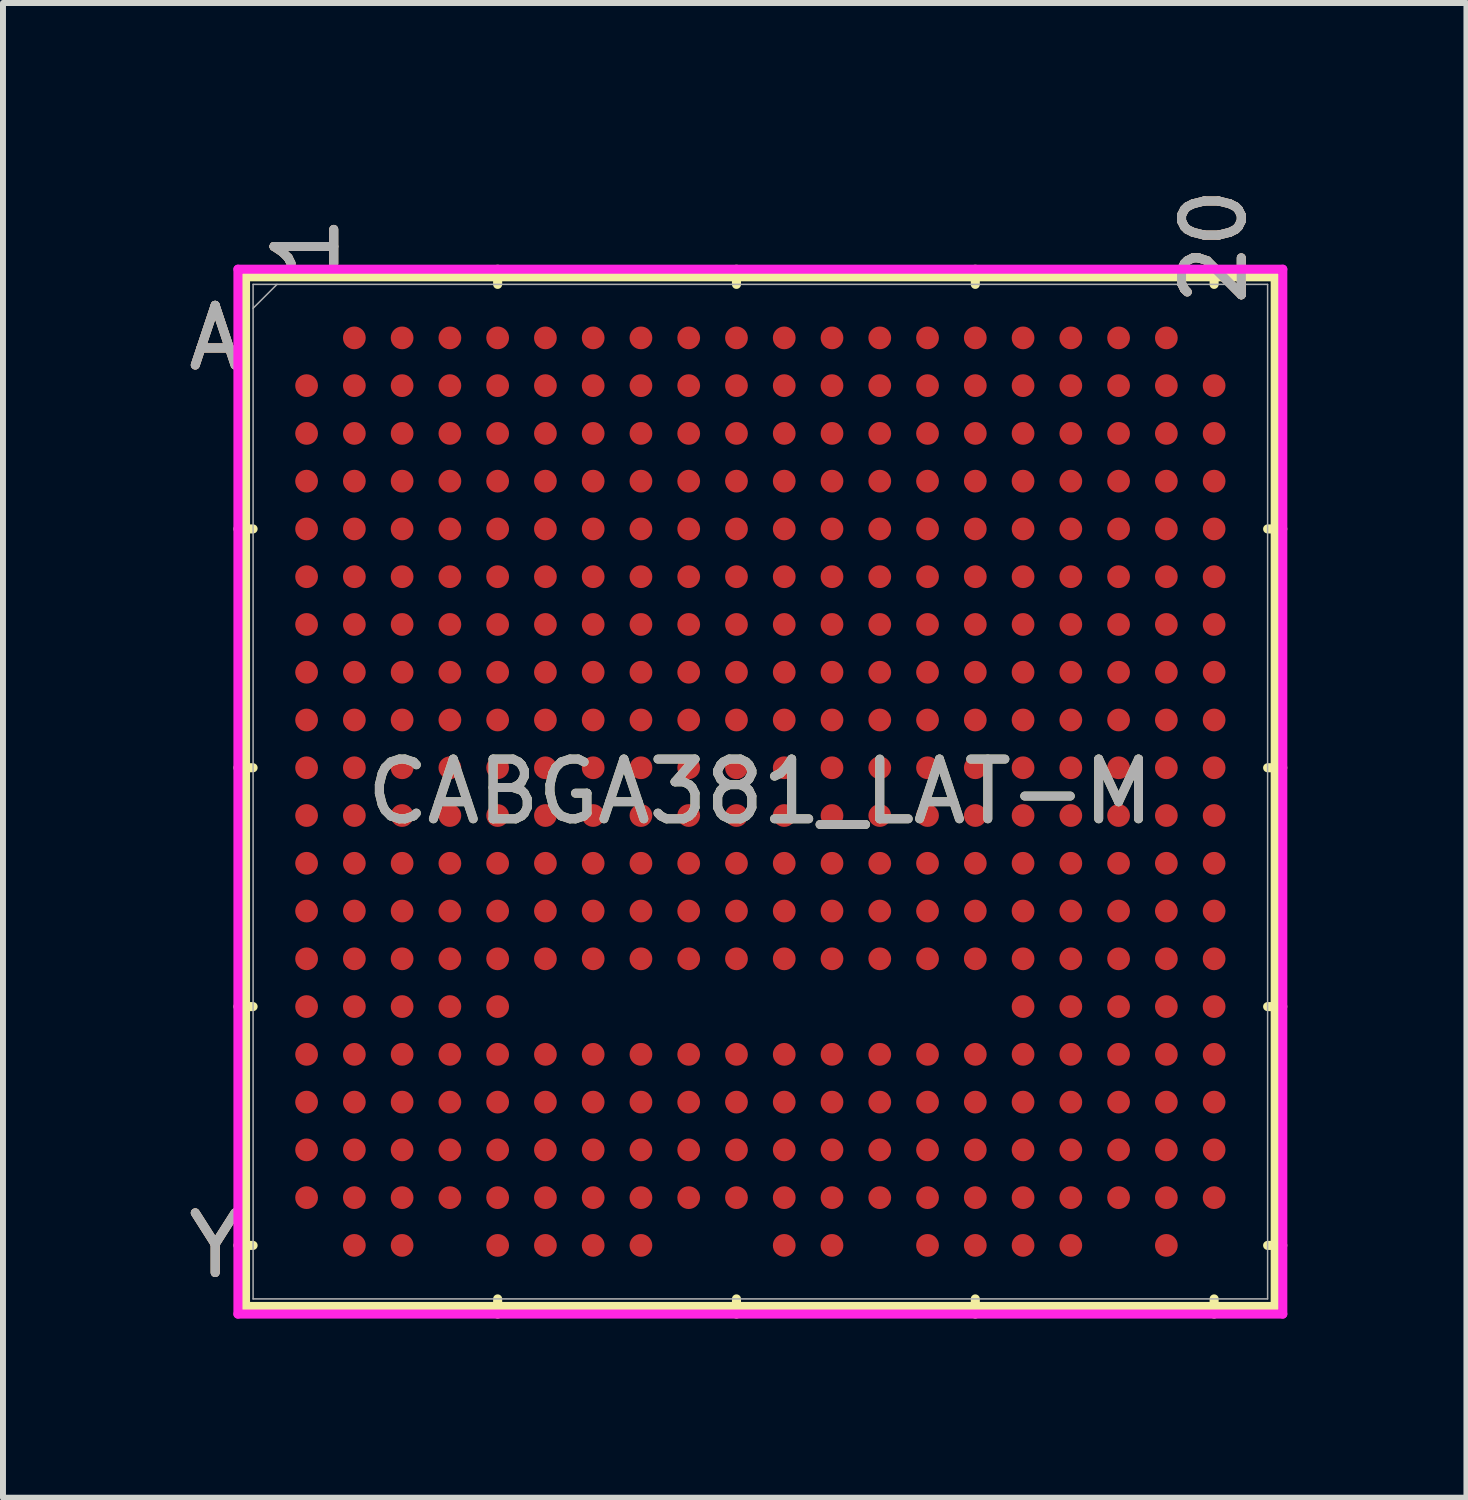
<source format=kicad_pcb>
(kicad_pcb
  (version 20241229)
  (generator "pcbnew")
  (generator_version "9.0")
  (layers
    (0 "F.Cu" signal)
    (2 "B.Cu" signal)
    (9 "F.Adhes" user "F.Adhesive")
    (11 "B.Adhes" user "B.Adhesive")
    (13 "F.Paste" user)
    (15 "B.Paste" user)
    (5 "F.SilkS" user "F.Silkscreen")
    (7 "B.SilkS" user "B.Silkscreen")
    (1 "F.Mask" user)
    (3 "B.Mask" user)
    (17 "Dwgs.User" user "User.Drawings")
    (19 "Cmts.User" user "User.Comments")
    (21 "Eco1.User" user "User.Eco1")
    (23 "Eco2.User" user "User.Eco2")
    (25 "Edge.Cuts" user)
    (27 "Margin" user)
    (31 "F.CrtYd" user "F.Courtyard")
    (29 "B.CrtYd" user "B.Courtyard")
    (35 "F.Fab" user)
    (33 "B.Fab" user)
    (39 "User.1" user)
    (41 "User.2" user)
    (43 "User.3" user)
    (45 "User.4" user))
  (footprint "CABGA381_LAT-M"
    (layer "F.Cu")
    (at 9.685 10.209)
    (property "Reference" "CABGA381_LAT-M" (at 0 0 0) (unlocked yes) (layer "F.SilkS") (effects (font (size 1 1) (thickness 0.15))))
    (attr smd)
    (fp_line (start -8.623 -8.623) (end -8.623 8.623) (stroke (width 0.152) (type solid)) (layer "F.SilkS"))
    (fp_line (start -8.623 8.623) (end 8.623 8.623) (stroke (width 0.152) (type solid)) (layer "F.SilkS"))
    (fp_line (start -8.496 -4.4) (end -8.75 -4.4) (stroke (width 0.152) (type solid)) (layer "F.SilkS"))
    (fp_line (start -8.496 -0.4) (end -8.75 -0.4) (stroke (width 0.152) (type solid)) (layer "F.SilkS"))
    (fp_line (start -8.496 3.6) (end -8.75 3.6) (stroke (width 0.152) (type solid)) (layer "F.SilkS"))
    (fp_line (start -8.496 7.6) (end -8.75 7.6) (stroke (width 0.152) (type solid)) (layer "F.SilkS"))
    (fp_line (start -4.4 -8.496) (end -4.4 -8.75) (stroke (width 0.152) (type solid)) (layer "F.SilkS"))
    (fp_line (start -4.4 8.496) (end -4.4 8.75) (stroke (width 0.152) (type solid)) (layer "F.SilkS"))
    (fp_line (start -0.4 -8.496) (end -0.4 -8.75) (stroke (width 0.152) (type solid)) (layer "F.SilkS"))
    (fp_line (start -0.4 8.496) (end -0.4 8.75) (stroke (width 0.152) (type solid)) (layer "F.SilkS"))
    (fp_line (start 3.6 -8.496) (end 3.6 -8.75) (stroke (width 0.152) (type solid)) (layer "F.SilkS"))
    (fp_line (start 3.6 8.496) (end 3.6 8.75) (stroke (width 0.152) (type solid)) (layer "F.SilkS"))
    (fp_line (start 7.6 -8.496) (end 7.6 -8.75) (stroke (width 0.152) (type solid)) (layer "F.SilkS"))
    (fp_line (start 7.6 8.496) (end 7.6 8.75) (stroke (width 0.152) (type solid)) (layer "F.SilkS"))
    (fp_line (start 8.496 -4.4) (end 8.75 -4.4) (stroke (width 0.152) (type solid)) (layer "F.SilkS"))
    (fp_line (start 8.496 -0.4) (end 8.75 -0.4) (stroke (width 0.152) (type solid)) (layer "F.SilkS"))
    (fp_line (start 8.496 3.6) (end 8.75 3.6) (stroke (width 0.152) (type solid)) (layer "F.SilkS"))
    (fp_line (start 8.496 7.6) (end 8.75 7.6) (stroke (width 0.152) (type solid)) (layer "F.SilkS"))
    (fp_line (start 8.623 -8.623) (end -8.623 -8.623) (stroke (width 0.152) (type solid)) (layer "F.SilkS"))
    (fp_line (start 8.623 8.623) (end 8.623 -8.623) (stroke (width 0.152) (type solid)) (layer "F.SilkS"))
    (fp_poly (pts (xy -8.444 -8.444) (xy 8.444 -8.444) (xy 8.444 8.444) (xy -8.444 8.444)) (stroke (width 0.1) (type solid)) (fill no) (layer "Eco2.User"))
    (fp_line (start -8.75 -8.75) (end 8.75 -8.75) (stroke (width 0.152) (type solid)) (layer "F.CrtYd"))
    (fp_line (start -8.75 8.75) (end -8.75 -8.75) (stroke (width 0.152) (type solid)) (layer "F.CrtYd"))
    (fp_line (start 8.75 -8.75) (end 8.75 8.75) (stroke (width 0.152) (type solid)) (layer "F.CrtYd"))
    (fp_line (start 8.75 8.75) (end -8.75 8.75) (stroke (width 0.152) (type solid)) (layer "F.CrtYd"))
    (fp_line (start -8.496 -8.496) (end -8.496 8.496) (stroke (width 0.025) (type solid)) (layer "F.Fab"))
    (fp_line (start -8.496 8.496) (end 8.496 8.496) (stroke (width 0.025) (type solid)) (layer "F.Fab"))
    (fp_line (start -8.096 -8.496) (end -8.496 -8.096) (stroke (width 0.025) (type solid)) (layer "F.Fab"))
    (fp_line (start 8.496 -8.496) (end -8.496 -8.496) (stroke (width 0.025) (type solid)) (layer "F.Fab"))
    (fp_line (start 8.496 8.496) (end 8.496 -8.496) (stroke (width 0.025) (type solid)) (layer "F.Fab"))
    (fp_text user "A" (at -9.131 -7.6 0) (unlocked yes) (layer "F.SilkS") (effects (font (size 1 1) (thickness 0.15))))
    (fp_text user "Y" (at -9.131 7.6 0) (unlocked yes) (layer "F.SilkS") (effects (font (size 1 1) (thickness 0.15))))
    (fp_text user "20" (at 7.6 -9.131 90) (unlocked yes) (layer "F.SilkS") (effects (font (size 1 1) (thickness 0.15))))
    (fp_text user "1" (at -7.6 -9.131 90) (unlocked yes) (layer "F.SilkS") (effects (font (size 1 1) (thickness 0.15))))
    (fp_text user "1" (at -7.6 -9.131 90) (unlocked yes) (layer "B.SilkS") (effects (font (size 1 1) (thickness 0.15))))
    (fp_text user "Y" (at -9.131 7.6 0) (unlocked yes) (layer "B.SilkS") (effects (font (size 1 1) (thickness 0.15))))
    (fp_text user "A" (at -9.131 -7.6 0) (unlocked yes) (layer "B.SilkS") (effects (font (size 1 1) (thickness 0.15))))
    (fp_text user "20" (at 7.6 -9.131 90) (unlocked yes) (layer "B.SilkS") (effects (font (size 1 1) (thickness 0.15))))
    (fp_text user "20" (at 7.6 -9.131 90) (unlocked yes) (layer "F.Fab") (effects (font (size 1 1) (thickness 0.15))))
    (fp_text user "1" (at -7.6 -9.131 90) (unlocked yes) (layer "F.Fab") (effects (font (size 1 1) (thickness 0.15))))
    (fp_text user "Y" (at -9.131 7.6 0) (unlocked yes) (layer "F.Fab") (effects (font (size 1 1) (thickness 0.15))))
    (fp_text user "${REFERENCE}" (at 0 0 0) (unlocked yes) (layer "F.Fab") (effects (font (size 1 1) (thickness 0.15))))
    (fp_text user "A" (at -9.131 -7.6 0) (unlocked yes) (layer "F.Fab") (effects (font (size 1 1) (thickness 0.15))))
    (pad "A2" smd circle (at -6.8 -7.6) (size 0.381 0.381) (layers "F.Cu" "F.Mask" "F.Paste"))
    (pad "A3" smd circle (at -6 -7.6) (size 0.381 0.381) (layers "F.Cu" "F.Mask" "F.Paste"))
    (pad "A4" smd circle (at -5.2 -7.6) (size 0.381 0.381) (layers "F.Cu" "F.Mask" "F.Paste"))
    (pad "A5" smd circle (at -4.4 -7.6) (size 0.381 0.381) (layers "F.Cu" "F.Mask" "F.Paste"))
    (pad "A6" smd circle (at -3.6 -7.6) (size 0.381 0.381) (layers "F.Cu" "F.Mask" "F.Paste"))
    (pad "A7" smd circle (at -2.8 -7.6) (size 0.381 0.381) (layers "F.Cu" "F.Mask" "F.Paste"))
    (pad "A8" smd circle (at -2 -7.6) (size 0.381 0.381) (layers "F.Cu" "F.Mask" "F.Paste"))
    (pad "A9" smd circle (at -1.2 -7.6) (size 0.381 0.381) (layers "F.Cu" "F.Mask" "F.Paste"))
    (pad "A10" smd circle (at -0.4 -7.6) (size 0.381 0.381) (layers "F.Cu" "F.Mask" "F.Paste"))
    (pad "A11" smd circle (at 0.4 -7.6) (size 0.381 0.381) (layers "F.Cu" "F.Mask" "F.Paste"))
    (pad "A12" smd circle (at 1.2 -7.6) (size 0.381 0.381) (layers "F.Cu" "F.Mask" "F.Paste"))
    (pad "A13" smd circle (at 2 -7.6) (size 0.381 0.381) (layers "F.Cu" "F.Mask" "F.Paste"))
    (pad "A14" smd circle (at 2.8 -7.6) (size 0.381 0.381) (layers "F.Cu" "F.Mask" "F.Paste"))
    (pad "A15" smd circle (at 3.6 -7.6) (size 0.381 0.381) (layers "F.Cu" "F.Mask" "F.Paste"))
    (pad "A16" smd circle (at 4.4 -7.6) (size 0.381 0.381) (layers "F.Cu" "F.Mask" "F.Paste"))
    (pad "A17" smd circle (at 5.2 -7.6) (size 0.381 0.381) (layers "F.Cu" "F.Mask" "F.Paste"))
    (pad "A18" smd circle (at 6 -7.6) (size 0.381 0.381) (layers "F.Cu" "F.Mask" "F.Paste"))
    (pad "A19" smd circle (at 6.8 -7.6) (size 0.381 0.381) (layers "F.Cu" "F.Mask" "F.Paste"))
    (pad "B1" smd circle (at -7.6 -6.8) (size 0.381 0.381) (layers "F.Cu" "F.Mask" "F.Paste"))
    (pad "B2" smd circle (at -6.8 -6.8) (size 0.381 0.381) (layers "F.Cu" "F.Mask" "F.Paste"))
    (pad "B3" smd circle (at -6 -6.8) (size 0.381 0.381) (layers "F.Cu" "F.Mask" "F.Paste"))
    (pad "B4" smd circle (at -5.2 -6.8) (size 0.381 0.381) (layers "F.Cu" "F.Mask" "F.Paste"))
    (pad "B5" smd circle (at -4.4 -6.8) (size 0.381 0.381) (layers "F.Cu" "F.Mask" "F.Paste"))
    (pad "B6" smd circle (at -3.6 -6.8) (size 0.381 0.381) (layers "F.Cu" "F.Mask" "F.Paste"))
    (pad "B7" smd circle (at -2.8 -6.8) (size 0.381 0.381) (layers "F.Cu" "F.Mask" "F.Paste"))
    (pad "B8" smd circle (at -2 -6.8) (size 0.381 0.381) (layers "F.Cu" "F.Mask" "F.Paste"))
    (pad "B9" smd circle (at -1.2 -6.8) (size 0.381 0.381) (layers "F.Cu" "F.Mask" "F.Paste"))
    (pad "B10" smd circle (at -0.4 -6.8) (size 0.381 0.381) (layers "F.Cu" "F.Mask" "F.Paste"))
    (pad "B11" smd circle (at 0.4 -6.8) (size 0.381 0.381) (layers "F.Cu" "F.Mask" "F.Paste"))
    (pad "B12" smd circle (at 1.2 -6.8) (size 0.381 0.381) (layers "F.Cu" "F.Mask" "F.Paste"))
    (pad "B13" smd circle (at 2 -6.8) (size 0.381 0.381) (layers "F.Cu" "F.Mask" "F.Paste"))
    (pad "B14" smd circle (at 2.8 -6.8) (size 0.381 0.381) (layers "F.Cu" "F.Mask" "F.Paste"))
    (pad "B15" smd circle (at 3.6 -6.8) (size 0.381 0.381) (layers "F.Cu" "F.Mask" "F.Paste"))
    (pad "B16" smd circle (at 4.4 -6.8) (size 0.381 0.381) (layers "F.Cu" "F.Mask" "F.Paste"))
    (pad "B17" smd circle (at 5.2 -6.8) (size 0.381 0.381) (layers "F.Cu" "F.Mask" "F.Paste"))
    (pad "B18" smd circle (at 6 -6.8) (size 0.381 0.381) (layers "F.Cu" "F.Mask" "F.Paste"))
    (pad "B19" smd circle (at 6.8 -6.8) (size 0.381 0.381) (layers "F.Cu" "F.Mask" "F.Paste"))
    (pad "B20" smd circle (at 7.6 -6.8) (size 0.381 0.381) (layers "F.Cu" "F.Mask" "F.Paste"))
    (pad "C1" smd circle (at -7.6 -6) (size 0.381 0.381) (layers "F.Cu" "F.Mask" "F.Paste"))
    (pad "C2" smd circle (at -6.8 -6) (size 0.381 0.381) (layers "F.Cu" "F.Mask" "F.Paste"))
    (pad "C3" smd circle (at -6 -6) (size 0.381 0.381) (layers "F.Cu" "F.Mask" "F.Paste"))
    (pad "C4" smd circle (at -5.2 -6) (size 0.381 0.381) (layers "F.Cu" "F.Mask" "F.Paste"))
    (pad "C5" smd circle (at -4.4 -6) (size 0.381 0.381) (layers "F.Cu" "F.Mask" "F.Paste"))
    (pad "C6" smd circle (at -3.6 -6) (size 0.381 0.381) (layers "F.Cu" "F.Mask" "F.Paste"))
    (pad "C7" smd circle (at -2.8 -6) (size 0.381 0.381) (layers "F.Cu" "F.Mask" "F.Paste"))
    (pad "C8" smd circle (at -2 -6) (size 0.381 0.381) (layers "F.Cu" "F.Mask" "F.Paste"))
    (pad "C9" smd circle (at -1.2 -6) (size 0.381 0.381) (layers "F.Cu" "F.Mask" "F.Paste"))
    (pad "C10" smd circle (at -0.4 -6) (size 0.381 0.381) (layers "F.Cu" "F.Mask" "F.Paste"))
    (pad "C11" smd circle (at 0.4 -6) (size 0.381 0.381) (layers "F.Cu" "F.Mask" "F.Paste"))
    (pad "C12" smd circle (at 1.2 -6) (size 0.381 0.381) (layers "F.Cu" "F.Mask" "F.Paste"))
    (pad "C13" smd circle (at 2 -6) (size 0.381 0.381) (layers "F.Cu" "F.Mask" "F.Paste"))
    (pad "C14" smd circle (at 2.8 -6) (size 0.381 0.381) (layers "F.Cu" "F.Mask" "F.Paste"))
    (pad "C15" smd circle (at 3.6 -6) (size 0.381 0.381) (layers "F.Cu" "F.Mask" "F.Paste"))
    (pad "C16" smd circle (at 4.4 -6) (size 0.381 0.381) (layers "F.Cu" "F.Mask" "F.Paste"))
    (pad "C17" smd circle (at 5.2 -6) (size 0.381 0.381) (layers "F.Cu" "F.Mask" "F.Paste"))
    (pad "C18" smd circle (at 6 -6) (size 0.381 0.381) (layers "F.Cu" "F.Mask" "F.Paste"))
    (pad "C19" smd circle (at 6.8 -6) (size 0.381 0.381) (layers "F.Cu" "F.Mask" "F.Paste"))
    (pad "C20" smd circle (at 7.6 -6) (size 0.381 0.381) (layers "F.Cu" "F.Mask" "F.Paste"))
    (pad "D1" smd circle (at -7.6 -5.2) (size 0.381 0.381) (layers "F.Cu" "F.Mask" "F.Paste"))
    (pad "D2" smd circle (at -6.8 -5.2) (size 0.381 0.381) (layers "F.Cu" "F.Mask" "F.Paste"))
    (pad "D3" smd circle (at -6 -5.2) (size 0.381 0.381) (layers "F.Cu" "F.Mask" "F.Paste"))
    (pad "D4" smd circle (at -5.2 -5.2) (size 0.381 0.381) (layers "F.Cu" "F.Mask" "F.Paste"))
    (pad "D5" smd circle (at -4.4 -5.2) (size 0.381 0.381) (layers "F.Cu" "F.Mask" "F.Paste"))
    (pad "D6" smd circle (at -3.6 -5.2) (size 0.381 0.381) (layers "F.Cu" "F.Mask" "F.Paste"))
    (pad "D7" smd circle (at -2.8 -5.2) (size 0.381 0.381) (layers "F.Cu" "F.Mask" "F.Paste"))
    (pad "D8" smd circle (at -2 -5.2) (size 0.381 0.381) (layers "F.Cu" "F.Mask" "F.Paste"))
    (pad "D9" smd circle (at -1.2 -5.2) (size 0.381 0.381) (layers "F.Cu" "F.Mask" "F.Paste"))
    (pad "D10" smd circle (at -0.4 -5.2) (size 0.381 0.381) (layers "F.Cu" "F.Mask" "F.Paste"))
    (pad "D11" smd circle (at 0.4 -5.2) (size 0.381 0.381) (layers "F.Cu" "F.Mask" "F.Paste"))
    (pad "D12" smd circle (at 1.2 -5.2) (size 0.381 0.381) (layers "F.Cu" "F.Mask" "F.Paste"))
    (pad "D13" smd circle (at 2 -5.2) (size 0.381 0.381) (layers "F.Cu" "F.Mask" "F.Paste"))
    (pad "D14" smd circle (at 2.8 -5.2) (size 0.381 0.381) (layers "F.Cu" "F.Mask" "F.Paste"))
    (pad "D15" smd circle (at 3.6 -5.2) (size 0.381 0.381) (layers "F.Cu" "F.Mask" "F.Paste"))
    (pad "D16" smd circle (at 4.4 -5.2) (size 0.381 0.381) (layers "F.Cu" "F.Mask" "F.Paste"))
    (pad "D17" smd circle (at 5.2 -5.2) (size 0.381 0.381) (layers "F.Cu" "F.Mask" "F.Paste"))
    (pad "D18" smd circle (at 6 -5.2) (size 0.381 0.381) (layers "F.Cu" "F.Mask" "F.Paste"))
    (pad "D19" smd circle (at 6.8 -5.2) (size 0.381 0.381) (layers "F.Cu" "F.Mask" "F.Paste"))
    (pad "D20" smd circle (at 7.6 -5.2) (size 0.381 0.381) (layers "F.Cu" "F.Mask" "F.Paste"))
    (pad "E1" smd circle (at -7.6 -4.4) (size 0.381 0.381) (layers "F.Cu" "F.Mask" "F.Paste"))
    (pad "E2" smd circle (at -6.8 -4.4) (size 0.381 0.381) (layers "F.Cu" "F.Mask" "F.Paste"))
    (pad "E3" smd circle (at -6 -4.4) (size 0.381 0.381) (layers "F.Cu" "F.Mask" "F.Paste"))
    (pad "E4" smd circle (at -5.2 -4.4) (size 0.381 0.381) (layers "F.Cu" "F.Mask" "F.Paste"))
    (pad "E5" smd circle (at -4.4 -4.4) (size 0.381 0.381) (layers "F.Cu" "F.Mask" "F.Paste"))
    (pad "E6" smd circle (at -3.6 -4.4) (size 0.381 0.381) (layers "F.Cu" "F.Mask" "F.Paste"))
    (pad "E7" smd circle (at -2.8 -4.4) (size 0.381 0.381) (layers "F.Cu" "F.Mask" "F.Paste"))
    (pad "E8" smd circle (at -2 -4.4) (size 0.381 0.381) (layers "F.Cu" "F.Mask" "F.Paste"))
    (pad "E9" smd circle (at -1.2 -4.4) (size 0.381 0.381) (layers "F.Cu" "F.Mask" "F.Paste"))
    (pad "E10" smd circle (at -0.4 -4.4) (size 0.381 0.381) (layers "F.Cu" "F.Mask" "F.Paste"))
    (pad "E11" smd circle (at 0.4 -4.4) (size 0.381 0.381) (layers "F.Cu" "F.Mask" "F.Paste"))
    (pad "E12" smd circle (at 1.2 -4.4) (size 0.381 0.381) (layers "F.Cu" "F.Mask" "F.Paste"))
    (pad "E13" smd circle (at 2 -4.4) (size 0.381 0.381) (layers "F.Cu" "F.Mask" "F.Paste"))
    (pad "E14" smd circle (at 2.8 -4.4) (size 0.381 0.381) (layers "F.Cu" "F.Mask" "F.Paste"))
    (pad "E15" smd circle (at 3.6 -4.4) (size 0.381 0.381) (layers "F.Cu" "F.Mask" "F.Paste"))
    (pad "E16" smd circle (at 4.4 -4.4) (size 0.381 0.381) (layers "F.Cu" "F.Mask" "F.Paste"))
    (pad "E17" smd circle (at 5.2 -4.4) (size 0.381 0.381) (layers "F.Cu" "F.Mask" "F.Paste"))
    (pad "E18" smd circle (at 6 -4.4) (size 0.381 0.381) (layers "F.Cu" "F.Mask" "F.Paste"))
    (pad "E19" smd circle (at 6.8 -4.4) (size 0.381 0.381) (layers "F.Cu" "F.Mask" "F.Paste"))
    (pad "E20" smd circle (at 7.6 -4.4) (size 0.381 0.381) (layers "F.Cu" "F.Mask" "F.Paste"))
    (pad "F1" smd circle (at -7.6 -3.6) (size 0.381 0.381) (layers "F.Cu" "F.Mask" "F.Paste"))
    (pad "F2" smd circle (at -6.8 -3.6) (size 0.381 0.381) (layers "F.Cu" "F.Mask" "F.Paste"))
    (pad "F3" smd circle (at -6 -3.6) (size 0.381 0.381) (layers "F.Cu" "F.Mask" "F.Paste"))
    (pad "F4" smd circle (at -5.2 -3.6) (size 0.381 0.381) (layers "F.Cu" "F.Mask" "F.Paste"))
    (pad "F5" smd circle (at -4.4 -3.6) (size 0.381 0.381) (layers "F.Cu" "F.Mask" "F.Paste"))
    (pad "F6" smd circle (at -3.6 -3.6) (size 0.381 0.381) (layers "F.Cu" "F.Mask" "F.Paste"))
    (pad "F7" smd circle (at -2.8 -3.6) (size 0.381 0.381) (layers "F.Cu" "F.Mask" "F.Paste"))
    (pad "F8" smd circle (at -2 -3.6) (size 0.381 0.381) (layers "F.Cu" "F.Mask" "F.Paste"))
    (pad "F9" smd circle (at -1.2 -3.6) (size 0.381 0.381) (layers "F.Cu" "F.Mask" "F.Paste"))
    (pad "F10" smd circle (at -0.4 -3.6) (size 0.381 0.381) (layers "F.Cu" "F.Mask" "F.Paste"))
    (pad "F11" smd circle (at 0.4 -3.6) (size 0.381 0.381) (layers "F.Cu" "F.Mask" "F.Paste"))
    (pad "F12" smd circle (at 1.2 -3.6) (size 0.381 0.381) (layers "F.Cu" "F.Mask" "F.Paste"))
    (pad "F13" smd circle (at 2 -3.6) (size 0.381 0.381) (layers "F.Cu" "F.Mask" "F.Paste"))
    (pad "F14" smd circle (at 2.8 -3.6) (size 0.381 0.381) (layers "F.Cu" "F.Mask" "F.Paste"))
    (pad "F15" smd circle (at 3.6 -3.6) (size 0.381 0.381) (layers "F.Cu" "F.Mask" "F.Paste"))
    (pad "F16" smd circle (at 4.4 -3.6) (size 0.381 0.381) (layers "F.Cu" "F.Mask" "F.Paste"))
    (pad "F17" smd circle (at 5.2 -3.6) (size 0.381 0.381) (layers "F.Cu" "F.Mask" "F.Paste"))
    (pad "F18" smd circle (at 6 -3.6) (size 0.381 0.381) (layers "F.Cu" "F.Mask" "F.Paste"))
    (pad "F19" smd circle (at 6.8 -3.6) (size 0.381 0.381) (layers "F.Cu" "F.Mask" "F.Paste"))
    (pad "F20" smd circle (at 7.6 -3.6) (size 0.381 0.381) (layers "F.Cu" "F.Mask" "F.Paste"))
    (pad "G1" smd circle (at -7.6 -2.8) (size 0.381 0.381) (layers "F.Cu" "F.Mask" "F.Paste"))
    (pad "G2" smd circle (at -6.8 -2.8) (size 0.381 0.381) (layers "F.Cu" "F.Mask" "F.Paste"))
    (pad "G3" smd circle (at -6 -2.8) (size 0.381 0.381) (layers "F.Cu" "F.Mask" "F.Paste"))
    (pad "G4" smd circle (at -5.2 -2.8) (size 0.381 0.381) (layers "F.Cu" "F.Mask" "F.Paste"))
    (pad "G5" smd circle (at -4.4 -2.8) (size 0.381 0.381) (layers "F.Cu" "F.Mask" "F.Paste"))
    (pad "G6" smd circle (at -3.6 -2.8) (size 0.381 0.381) (layers "F.Cu" "F.Mask" "F.Paste"))
    (pad "G7" smd circle (at -2.8 -2.8) (size 0.381 0.381) (layers "F.Cu" "F.Mask" "F.Paste"))
    (pad "G8" smd circle (at -2 -2.8) (size 0.381 0.381) (layers "F.Cu" "F.Mask" "F.Paste"))
    (pad "G9" smd circle (at -1.2 -2.8) (size 0.381 0.381) (layers "F.Cu" "F.Mask" "F.Paste"))
    (pad "G10" smd circle (at -0.4 -2.8) (size 0.381 0.381) (layers "F.Cu" "F.Mask" "F.Paste"))
    (pad "G11" smd circle (at 0.4 -2.8) (size 0.381 0.381) (layers "F.Cu" "F.Mask" "F.Paste"))
    (pad "G12" smd circle (at 1.2 -2.8) (size 0.381 0.381) (layers "F.Cu" "F.Mask" "F.Paste"))
    (pad "G13" smd circle (at 2 -2.8) (size 0.381 0.381) (layers "F.Cu" "F.Mask" "F.Paste"))
    (pad "G14" smd circle (at 2.8 -2.8) (size 0.381 0.381) (layers "F.Cu" "F.Mask" "F.Paste"))
    (pad "G15" smd circle (at 3.6 -2.8) (size 0.381 0.381) (layers "F.Cu" "F.Mask" "F.Paste"))
    (pad "G16" smd circle (at 4.4 -2.8) (size 0.381 0.381) (layers "F.Cu" "F.Mask" "F.Paste"))
    (pad "G17" smd circle (at 5.2 -2.8) (size 0.381 0.381) (layers "F.Cu" "F.Mask" "F.Paste"))
    (pad "G18" smd circle (at 6 -2.8) (size 0.381 0.381) (layers "F.Cu" "F.Mask" "F.Paste"))
    (pad "G19" smd circle (at 6.8 -2.8) (size 0.381 0.381) (layers "F.Cu" "F.Mask" "F.Paste"))
    (pad "G20" smd circle (at 7.6 -2.8) (size 0.381 0.381) (layers "F.Cu" "F.Mask" "F.Paste"))
    (pad "H1" smd circle (at -7.6 -2) (size 0.381 0.381) (layers "F.Cu" "F.Mask" "F.Paste"))
    (pad "H2" smd circle (at -6.8 -2) (size 0.381 0.381) (layers "F.Cu" "F.Mask" "F.Paste"))
    (pad "H3" smd circle (at -6 -2) (size 0.381 0.381) (layers "F.Cu" "F.Mask" "F.Paste"))
    (pad "H4" smd circle (at -5.2 -2) (size 0.381 0.381) (layers "F.Cu" "F.Mask" "F.Paste"))
    (pad "H5" smd circle (at -4.4 -2) (size 0.381 0.381) (layers "F.Cu" "F.Mask" "F.Paste"))
    (pad "H6" smd circle (at -3.6 -2) (size 0.381 0.381) (layers "F.Cu" "F.Mask" "F.Paste"))
    (pad "H7" smd circle (at -2.8 -2) (size 0.381 0.381) (layers "F.Cu" "F.Mask" "F.Paste"))
    (pad "H8" smd circle (at -2 -2) (size 0.381 0.381) (layers "F.Cu" "F.Mask" "F.Paste"))
    (pad "H9" smd circle (at -1.2 -2) (size 0.381 0.381) (layers "F.Cu" "F.Mask" "F.Paste"))
    (pad "H10" smd circle (at -0.4 -2) (size 0.381 0.381) (layers "F.Cu" "F.Mask" "F.Paste"))
    (pad "H11" smd circle (at 0.4 -2) (size 0.381 0.381) (layers "F.Cu" "F.Mask" "F.Paste"))
    (pad "H12" smd circle (at 1.2 -2) (size 0.381 0.381) (layers "F.Cu" "F.Mask" "F.Paste"))
    (pad "H13" smd circle (at 2 -2) (size 0.381 0.381) (layers "F.Cu" "F.Mask" "F.Paste"))
    (pad "H14" smd circle (at 2.8 -2) (size 0.381 0.381) (layers "F.Cu" "F.Mask" "F.Paste"))
    (pad "H15" smd circle (at 3.6 -2) (size 0.381 0.381) (layers "F.Cu" "F.Mask" "F.Paste"))
    (pad "H16" smd circle (at 4.4 -2) (size 0.381 0.381) (layers "F.Cu" "F.Mask" "F.Paste"))
    (pad "H17" smd circle (at 5.2 -2) (size 0.381 0.381) (layers "F.Cu" "F.Mask" "F.Paste"))
    (pad "H18" smd circle (at 6 -2) (size 0.381 0.381) (layers "F.Cu" "F.Mask" "F.Paste"))
    (pad "H19" smd circle (at 6.8 -2) (size 0.381 0.381) (layers "F.Cu" "F.Mask" "F.Paste"))
    (pad "H20" smd circle (at 7.6 -2) (size 0.381 0.381) (layers "F.Cu" "F.Mask" "F.Paste"))
    (pad "J1" smd circle (at -7.6 -1.2) (size 0.381 0.381) (layers "F.Cu" "F.Mask" "F.Paste"))
    (pad "J2" smd circle (at -6.8 -1.2) (size 0.381 0.381) (layers "F.Cu" "F.Mask" "F.Paste"))
    (pad "J3" smd circle (at -6 -1.2) (size 0.381 0.381) (layers "F.Cu" "F.Mask" "F.Paste"))
    (pad "J4" smd circle (at -5.2 -1.2) (size 0.381 0.381) (layers "F.Cu" "F.Mask" "F.Paste"))
    (pad "J5" smd circle (at -4.4 -1.2) (size 0.381 0.381) (layers "F.Cu" "F.Mask" "F.Paste"))
    (pad "J6" smd circle (at -3.6 -1.2) (size 0.381 0.381) (layers "F.Cu" "F.Mask" "F.Paste"))
    (pad "J7" smd circle (at -2.8 -1.2) (size 0.381 0.381) (layers "F.Cu" "F.Mask" "F.Paste"))
    (pad "J8" smd circle (at -2 -1.2) (size 0.381 0.381) (layers "F.Cu" "F.Mask" "F.Paste"))
    (pad "J9" smd circle (at -1.2 -1.2) (size 0.381 0.381) (layers "F.Cu" "F.Mask" "F.Paste"))
    (pad "J10" smd circle (at -0.4 -1.2) (size 0.381 0.381) (layers "F.Cu" "F.Mask" "F.Paste"))
    (pad "J11" smd circle (at 0.4 -1.2) (size 0.381 0.381) (layers "F.Cu" "F.Mask" "F.Paste"))
    (pad "J12" smd circle (at 1.2 -1.2) (size 0.381 0.381) (layers "F.Cu" "F.Mask" "F.Paste"))
    (pad "J13" smd circle (at 2 -1.2) (size 0.381 0.381) (layers "F.Cu" "F.Mask" "F.Paste"))
    (pad "J14" smd circle (at 2.8 -1.2) (size 0.381 0.381) (layers "F.Cu" "F.Mask" "F.Paste"))
    (pad "J15" smd circle (at 3.6 -1.2) (size 0.381 0.381) (layers "F.Cu" "F.Mask" "F.Paste"))
    (pad "J16" smd circle (at 4.4 -1.2) (size 0.381 0.381) (layers "F.Cu" "F.Mask" "F.Paste"))
    (pad "J17" smd circle (at 5.2 -1.2) (size 0.381 0.381) (layers "F.Cu" "F.Mask" "F.Paste"))
    (pad "J18" smd circle (at 6 -1.2) (size 0.381 0.381) (layers "F.Cu" "F.Mask" "F.Paste"))
    (pad "J19" smd circle (at 6.8 -1.2) (size 0.381 0.381) (layers "F.Cu" "F.Mask" "F.Paste"))
    (pad "J20" smd circle (at 7.6 -1.2) (size 0.381 0.381) (layers "F.Cu" "F.Mask" "F.Paste"))
    (pad "K1" smd circle (at -7.6 -0.4) (size 0.381 0.381) (layers "F.Cu" "F.Mask" "F.Paste"))
    (pad "K2" smd circle (at -6.8 -0.4) (size 0.381 0.381) (layers "F.Cu" "F.Mask" "F.Paste"))
    (pad "K3" smd circle (at -6 -0.4) (size 0.381 0.381) (layers "F.Cu" "F.Mask" "F.Paste"))
    (pad "K4" smd circle (at -5.2 -0.4) (size 0.381 0.381) (layers "F.Cu" "F.Mask" "F.Paste"))
    (pad "K5" smd circle (at -4.4 -0.4) (size 0.381 0.381) (layers "F.Cu" "F.Mask" "F.Paste"))
    (pad "K6" smd circle (at -3.6 -0.4) (size 0.381 0.381) (layers "F.Cu" "F.Mask" "F.Paste"))
    (pad "K7" smd circle (at -2.8 -0.4) (size 0.381 0.381) (layers "F.Cu" "F.Mask" "F.Paste"))
    (pad "K8" smd circle (at -2 -0.4) (size 0.381 0.381) (layers "F.Cu" "F.Mask" "F.Paste"))
    (pad "K9" smd circle (at -1.2 -0.4) (size 0.381 0.381) (layers "F.Cu" "F.Mask" "F.Paste"))
    (pad "K10" smd circle (at -0.4 -0.4) (size 0.381 0.381) (layers "F.Cu" "F.Mask" "F.Paste"))
    (pad "K11" smd circle (at 0.4 -0.4) (size 0.381 0.381) (layers "F.Cu" "F.Mask" "F.Paste"))
    (pad "K12" smd circle (at 1.2 -0.4) (size 0.381 0.381) (layers "F.Cu" "F.Mask" "F.Paste"))
    (pad "K13" smd circle (at 2 -0.4) (size 0.381 0.381) (layers "F.Cu" "F.Mask" "F.Paste"))
    (pad "K14" smd circle (at 2.8 -0.4) (size 0.381 0.381) (layers "F.Cu" "F.Mask" "F.Paste"))
    (pad "K15" smd circle (at 3.6 -0.4) (size 0.381 0.381) (layers "F.Cu" "F.Mask" "F.Paste"))
    (pad "K16" smd circle (at 4.4 -0.4) (size 0.381 0.381) (layers "F.Cu" "F.Mask" "F.Paste"))
    (pad "K17" smd circle (at 5.2 -0.4) (size 0.381 0.381) (layers "F.Cu" "F.Mask" "F.Paste"))
    (pad "K18" smd circle (at 6 -0.4) (size 0.381 0.381) (layers "F.Cu" "F.Mask" "F.Paste"))
    (pad "K19" smd circle (at 6.8 -0.4) (size 0.381 0.381) (layers "F.Cu" "F.Mask" "F.Paste"))
    (pad "K20" smd circle (at 7.6 -0.4) (size 0.381 0.381) (layers "F.Cu" "F.Mask" "F.Paste"))
    (pad "L1" smd circle (at -7.6 0.4) (size 0.381 0.381) (layers "F.Cu" "F.Mask" "F.Paste"))
    (pad "L2" smd circle (at -6.8 0.4) (size 0.381 0.381) (layers "F.Cu" "F.Mask" "F.Paste"))
    (pad "L3" smd circle (at -6 0.4) (size 0.381 0.381) (layers "F.Cu" "F.Mask" "F.Paste"))
    (pad "L4" smd circle (at -5.2 0.4) (size 0.381 0.381) (layers "F.Cu" "F.Mask" "F.Paste"))
    (pad "L5" smd circle (at -4.4 0.4) (size 0.381 0.381) (layers "F.Cu" "F.Mask" "F.Paste"))
    (pad "L6" smd circle (at -3.6 0.4) (size 0.381 0.381) (layers "F.Cu" "F.Mask" "F.Paste"))
    (pad "L7" smd circle (at -2.8 0.4) (size 0.381 0.381) (layers "F.Cu" "F.Mask" "F.Paste"))
    (pad "L8" smd circle (at -2 0.4) (size 0.381 0.381) (layers "F.Cu" "F.Mask" "F.Paste"))
    (pad "L9" smd circle (at -1.2 0.4) (size 0.381 0.381) (layers "F.Cu" "F.Mask" "F.Paste"))
    (pad "L10" smd circle (at -0.4 0.4) (size 0.381 0.381) (layers "F.Cu" "F.Mask" "F.Paste"))
    (pad "L11" smd circle (at 0.4 0.4) (size 0.381 0.381) (layers "F.Cu" "F.Mask" "F.Paste"))
    (pad "L12" smd circle (at 1.2 0.4) (size 0.381 0.381) (layers "F.Cu" "F.Mask" "F.Paste"))
    (pad "L13" smd circle (at 2 0.4) (size 0.381 0.381) (layers "F.Cu" "F.Mask" "F.Paste"))
    (pad "L14" smd circle (at 2.8 0.4) (size 0.381 0.381) (layers "F.Cu" "F.Mask" "F.Paste"))
    (pad "L15" smd circle (at 3.6 0.4) (size 0.381 0.381) (layers "F.Cu" "F.Mask" "F.Paste"))
    (pad "L16" smd circle (at 4.4 0.4) (size 0.381 0.381) (layers "F.Cu" "F.Mask" "F.Paste"))
    (pad "L17" smd circle (at 5.2 0.4) (size 0.381 0.381) (layers "F.Cu" "F.Mask" "F.Paste"))
    (pad "L18" smd circle (at 6 0.4) (size 0.381 0.381) (layers "F.Cu" "F.Mask" "F.Paste"))
    (pad "L19" smd circle (at 6.8 0.4) (size 0.381 0.381) (layers "F.Cu" "F.Mask" "F.Paste"))
    (pad "L20" smd circle (at 7.6 0.4) (size 0.381 0.381) (layers "F.Cu" "F.Mask" "F.Paste"))
    (pad "M1" smd circle (at -7.6 1.2) (size 0.381 0.381) (layers "F.Cu" "F.Mask" "F.Paste"))
    (pad "M2" smd circle (at -6.8 1.2) (size 0.381 0.381) (layers "F.Cu" "F.Mask" "F.Paste"))
    (pad "M3" smd circle (at -6 1.2) (size 0.381 0.381) (layers "F.Cu" "F.Mask" "F.Paste"))
    (pad "M4" smd circle (at -5.2 1.2) (size 0.381 0.381) (layers "F.Cu" "F.Mask" "F.Paste"))
    (pad "M5" smd circle (at -4.4 1.2) (size 0.381 0.381) (layers "F.Cu" "F.Mask" "F.Paste"))
    (pad "M6" smd circle (at -3.6 1.2) (size 0.381 0.381) (layers "F.Cu" "F.Mask" "F.Paste"))
    (pad "M7" smd circle (at -2.8 1.2) (size 0.381 0.381) (layers "F.Cu" "F.Mask" "F.Paste"))
    (pad "M8" smd circle (at -2 1.2) (size 0.381 0.381) (layers "F.Cu" "F.Mask" "F.Paste"))
    (pad "M9" smd circle (at -1.2 1.2) (size 0.381 0.381) (layers "F.Cu" "F.Mask" "F.Paste"))
    (pad "M10" smd circle (at -0.4 1.2) (size 0.381 0.381) (layers "F.Cu" "F.Mask" "F.Paste"))
    (pad "M11" smd circle (at 0.4 1.2) (size 0.381 0.381) (layers "F.Cu" "F.Mask" "F.Paste"))
    (pad "M12" smd circle (at 1.2 1.2) (size 0.381 0.381) (layers "F.Cu" "F.Mask" "F.Paste"))
    (pad "M13" smd circle (at 2 1.2) (size 0.381 0.381) (layers "F.Cu" "F.Mask" "F.Paste"))
    (pad "M14" smd circle (at 2.8 1.2) (size 0.381 0.381) (layers "F.Cu" "F.Mask" "F.Paste"))
    (pad "M15" smd circle (at 3.6 1.2) (size 0.381 0.381) (layers "F.Cu" "F.Mask" "F.Paste"))
    (pad "M16" smd circle (at 4.4 1.2) (size 0.381 0.381) (layers "F.Cu" "F.Mask" "F.Paste"))
    (pad "M17" smd circle (at 5.2 1.2) (size 0.381 0.381) (layers "F.Cu" "F.Mask" "F.Paste"))
    (pad "M18" smd circle (at 6 1.2) (size 0.381 0.381) (layers "F.Cu" "F.Mask" "F.Paste"))
    (pad "M19" smd circle (at 6.8 1.2) (size 0.381 0.381) (layers "F.Cu" "F.Mask" "F.Paste"))
    (pad "M20" smd circle (at 7.6 1.2) (size 0.381 0.381) (layers "F.Cu" "F.Mask" "F.Paste"))
    (pad "N1" smd circle (at -7.6 2) (size 0.381 0.381) (layers "F.Cu" "F.Mask" "F.Paste"))
    (pad "N2" smd circle (at -6.8 2) (size 0.381 0.381) (layers "F.Cu" "F.Mask" "F.Paste"))
    (pad "N3" smd circle (at -6 2) (size 0.381 0.381) (layers "F.Cu" "F.Mask" "F.Paste"))
    (pad "N4" smd circle (at -5.2 2) (size 0.381 0.381) (layers "F.Cu" "F.Mask" "F.Paste"))
    (pad "N5" smd circle (at -4.4 2) (size 0.381 0.381) (layers "F.Cu" "F.Mask" "F.Paste"))
    (pad "N6" smd circle (at -3.6 2) (size 0.381 0.381) (layers "F.Cu" "F.Mask" "F.Paste"))
    (pad "N7" smd circle (at -2.8 2) (size 0.381 0.381) (layers "F.Cu" "F.Mask" "F.Paste"))
    (pad "N8" smd circle (at -2 2) (size 0.381 0.381) (layers "F.Cu" "F.Mask" "F.Paste"))
    (pad "N9" smd circle (at -1.2 2) (size 0.381 0.381) (layers "F.Cu" "F.Mask" "F.Paste"))
    (pad "N10" smd circle (at -0.4 2) (size 0.381 0.381) (layers "F.Cu" "F.Mask" "F.Paste"))
    (pad "N11" smd circle (at 0.4 2) (size 0.381 0.381) (layers "F.Cu" "F.Mask" "F.Paste"))
    (pad "N12" smd circle (at 1.2 2) (size 0.381 0.381) (layers "F.Cu" "F.Mask" "F.Paste"))
    (pad "N13" smd circle (at 2 2) (size 0.381 0.381) (layers "F.Cu" "F.Mask" "F.Paste"))
    (pad "N14" smd circle (at 2.8 2) (size 0.381 0.381) (layers "F.Cu" "F.Mask" "F.Paste"))
    (pad "N15" smd circle (at 3.6 2) (size 0.381 0.381) (layers "F.Cu" "F.Mask" "F.Paste"))
    (pad "N16" smd circle (at 4.4 2) (size 0.381 0.381) (layers "F.Cu" "F.Mask" "F.Paste"))
    (pad "N17" smd circle (at 5.2 2) (size 0.381 0.381) (layers "F.Cu" "F.Mask" "F.Paste"))
    (pad "N18" smd circle (at 6 2) (size 0.381 0.381) (layers "F.Cu" "F.Mask" "F.Paste"))
    (pad "N19" smd circle (at 6.8 2) (size 0.381 0.381) (layers "F.Cu" "F.Mask" "F.Paste"))
    (pad "N20" smd circle (at 7.6 2) (size 0.381 0.381) (layers "F.Cu" "F.Mask" "F.Paste"))
    (pad "P1" smd circle (at -7.6 2.8) (size 0.381 0.381) (layers "F.Cu" "F.Mask" "F.Paste"))
    (pad "P2" smd circle (at -6.8 2.8) (size 0.381 0.381) (layers "F.Cu" "F.Mask" "F.Paste"))
    (pad "P3" smd circle (at -6 2.8) (size 0.381 0.381) (layers "F.Cu" "F.Mask" "F.Paste"))
    (pad "P4" smd circle (at -5.2 2.8) (size 0.381 0.381) (layers "F.Cu" "F.Mask" "F.Paste"))
    (pad "P5" smd circle (at -4.4 2.8) (size 0.381 0.381) (layers "F.Cu" "F.Mask" "F.Paste"))
    (pad "P6" smd circle (at -3.6 2.8) (size 0.381 0.381) (layers "F.Cu" "F.Mask" "F.Paste"))
    (pad "P7" smd circle (at -2.8 2.8) (size 0.381 0.381) (layers "F.Cu" "F.Mask" "F.Paste"))
    (pad "P8" smd circle (at -2 2.8) (size 0.381 0.381) (layers "F.Cu" "F.Mask" "F.Paste"))
    (pad "P9" smd circle (at -1.2 2.8) (size 0.381 0.381) (layers "F.Cu" "F.Mask" "F.Paste"))
    (pad "P10" smd circle (at -0.4 2.8) (size 0.381 0.381) (layers "F.Cu" "F.Mask" "F.Paste"))
    (pad "P11" smd circle (at 0.4 2.8) (size 0.381 0.381) (layers "F.Cu" "F.Mask" "F.Paste"))
    (pad "P12" smd circle (at 1.2 2.8) (size 0.381 0.381) (layers "F.Cu" "F.Mask" "F.Paste"))
    (pad "P13" smd circle (at 2 2.8) (size 0.381 0.381) (layers "F.Cu" "F.Mask" "F.Paste"))
    (pad "P14" smd circle (at 2.8 2.8) (size 0.381 0.381) (layers "F.Cu" "F.Mask" "F.Paste"))
    (pad "P15" smd circle (at 3.6 2.8) (size 0.381 0.381) (layers "F.Cu" "F.Mask" "F.Paste"))
    (pad "P16" smd circle (at 4.4 2.8) (size 0.381 0.381) (layers "F.Cu" "F.Mask" "F.Paste"))
    (pad "P17" smd circle (at 5.2 2.8) (size 0.381 0.381) (layers "F.Cu" "F.Mask" "F.Paste"))
    (pad "P18" smd circle (at 6 2.8) (size 0.381 0.381) (layers "F.Cu" "F.Mask" "F.Paste"))
    (pad "P19" smd circle (at 6.8 2.8) (size 0.381 0.381) (layers "F.Cu" "F.Mask" "F.Paste"))
    (pad "P20" smd circle (at 7.6 2.8) (size 0.381 0.381) (layers "F.Cu" "F.Mask" "F.Paste"))
    (pad "R1" smd circle (at -7.6 3.6) (size 0.381 0.381) (layers "F.Cu" "F.Mask" "F.Paste"))
    (pad "R2" smd circle (at -6.8 3.6) (size 0.381 0.381) (layers "F.Cu" "F.Mask" "F.Paste"))
    (pad "R3" smd circle (at -6 3.6) (size 0.381 0.381) (layers "F.Cu" "F.Mask" "F.Paste"))
    (pad "R4" smd circle (at -5.2 3.6) (size 0.381 0.381) (layers "F.Cu" "F.Mask" "F.Paste"))
    (pad "R5" smd circle (at -4.4 3.6) (size 0.381 0.381) (layers "F.Cu" "F.Mask" "F.Paste"))
    (pad "R16" smd circle (at 4.4 3.6) (size 0.381 0.381) (layers "F.Cu" "F.Mask" "F.Paste"))
    (pad "R17" smd circle (at 5.2 3.6) (size 0.381 0.381) (layers "F.Cu" "F.Mask" "F.Paste"))
    (pad "R18" smd circle (at 6 3.6) (size 0.381 0.381) (layers "F.Cu" "F.Mask" "F.Paste"))
    (pad "R19" smd circle (at 6.8 3.6) (size 0.381 0.381) (layers "F.Cu" "F.Mask" "F.Paste"))
    (pad "R20" smd circle (at 7.6 3.6) (size 0.381 0.381) (layers "F.Cu" "F.Mask" "F.Paste"))
    (pad "T1" smd circle (at -7.6 4.4) (size 0.381 0.381) (layers "F.Cu" "F.Mask" "F.Paste"))
    (pad "T2" smd circle (at -6.8 4.4) (size 0.381 0.381) (layers "F.Cu" "F.Mask" "F.Paste"))
    (pad "T3" smd circle (at -6 4.4) (size 0.381 0.381) (layers "F.Cu" "F.Mask" "F.Paste"))
    (pad "T4" smd circle (at -5.2 4.4) (size 0.381 0.381) (layers "F.Cu" "F.Mask" "F.Paste"))
    (pad "T5" smd circle (at -4.4 4.4) (size 0.381 0.381) (layers "F.Cu" "F.Mask" "F.Paste"))
    (pad "T6" smd circle (at -3.6 4.4) (size 0.381 0.381) (layers "F.Cu" "F.Mask" "F.Paste"))
    (pad "T7" smd circle (at -2.8 4.4) (size 0.381 0.381) (layers "F.Cu" "F.Mask" "F.Paste"))
    (pad "T8" smd circle (at -2 4.4) (size 0.381 0.381) (layers "F.Cu" "F.Mask" "F.Paste"))
    (pad "T9" smd circle (at -1.2 4.4) (size 0.381 0.381) (layers "F.Cu" "F.Mask" "F.Paste"))
    (pad "T10" smd circle (at -0.4 4.4) (size 0.381 0.381) (layers "F.Cu" "F.Mask" "F.Paste"))
    (pad "T11" smd circle (at 0.4 4.4) (size 0.381 0.381) (layers "F.Cu" "F.Mask" "F.Paste"))
    (pad "T12" smd circle (at 1.2 4.4) (size 0.381 0.381) (layers "F.Cu" "F.Mask" "F.Paste"))
    (pad "T13" smd circle (at 2 4.4) (size 0.381 0.381) (layers "F.Cu" "F.Mask" "F.Paste"))
    (pad "T14" smd circle (at 2.8 4.4) (size 0.381 0.381) (layers "F.Cu" "F.Mask" "F.Paste"))
    (pad "T15" smd circle (at 3.6 4.4) (size 0.381 0.381) (layers "F.Cu" "F.Mask" "F.Paste"))
    (pad "T16" smd circle (at 4.4 4.4) (size 0.381 0.381) (layers "F.Cu" "F.Mask" "F.Paste"))
    (pad "T17" smd circle (at 5.2 4.4) (size 0.381 0.381) (layers "F.Cu" "F.Mask" "F.Paste"))
    (pad "T18" smd circle (at 6 4.4) (size 0.381 0.381) (layers "F.Cu" "F.Mask" "F.Paste"))
    (pad "T19" smd circle (at 6.8 4.4) (size 0.381 0.381) (layers "F.Cu" "F.Mask" "F.Paste"))
    (pad "T20" smd circle (at 7.6 4.4) (size 0.381 0.381) (layers "F.Cu" "F.Mask" "F.Paste"))
    (pad "U1" smd circle (at -7.6 5.2) (size 0.381 0.381) (layers "F.Cu" "F.Mask" "F.Paste"))
    (pad "U2" smd circle (at -6.8 5.2) (size 0.381 0.381) (layers "F.Cu" "F.Mask" "F.Paste"))
    (pad "U3" smd circle (at -6 5.2) (size 0.381 0.381) (layers "F.Cu" "F.Mask" "F.Paste"))
    (pad "U4" smd circle (at -5.2 5.2) (size 0.381 0.381) (layers "F.Cu" "F.Mask" "F.Paste"))
    (pad "U5" smd circle (at -4.4 5.2) (size 0.381 0.381) (layers "F.Cu" "F.Mask" "F.Paste"))
    (pad "U6" smd circle (at -3.6 5.2) (size 0.381 0.381) (layers "F.Cu" "F.Mask" "F.Paste"))
    (pad "U7" smd circle (at -2.8 5.2) (size 0.381 0.381) (layers "F.Cu" "F.Mask" "F.Paste"))
    (pad "U8" smd circle (at -2 5.2) (size 0.381 0.381) (layers "F.Cu" "F.Mask" "F.Paste"))
    (pad "U9" smd circle (at -1.2 5.2) (size 0.381 0.381) (layers "F.Cu" "F.Mask" "F.Paste"))
    (pad "U10" smd circle (at -0.4 5.2) (size 0.381 0.381) (layers "F.Cu" "F.Mask" "F.Paste"))
    (pad "U11" smd circle (at 0.4 5.2) (size 0.381 0.381) (layers "F.Cu" "F.Mask" "F.Paste"))
    (pad "U12" smd circle (at 1.2 5.2) (size 0.381 0.381) (layers "F.Cu" "F.Mask" "F.Paste"))
    (pad "U13" smd circle (at 2 5.2) (size 0.381 0.381) (layers "F.Cu" "F.Mask" "F.Paste"))
    (pad "U14" smd circle (at 2.8 5.2) (size 0.381 0.381) (layers "F.Cu" "F.Mask" "F.Paste"))
    (pad "U15" smd circle (at 3.6 5.2) (size 0.381 0.381) (layers "F.Cu" "F.Mask" "F.Paste"))
    (pad "U16" smd circle (at 4.4 5.2) (size 0.381 0.381) (layers "F.Cu" "F.Mask" "F.Paste"))
    (pad "U17" smd circle (at 5.2 5.2) (size 0.381 0.381) (layers "F.Cu" "F.Mask" "F.Paste"))
    (pad "U18" smd circle (at 6 5.2) (size 0.381 0.381) (layers "F.Cu" "F.Mask" "F.Paste"))
    (pad "U19" smd circle (at 6.8 5.2) (size 0.381 0.381) (layers "F.Cu" "F.Mask" "F.Paste"))
    (pad "U20" smd circle (at 7.6 5.2) (size 0.381 0.381) (layers "F.Cu" "F.Mask" "F.Paste"))
    (pad "V1" smd circle (at -7.6 6) (size 0.381 0.381) (layers "F.Cu" "F.Mask" "F.Paste"))
    (pad "V2" smd circle (at -6.8 6) (size 0.381 0.381) (layers "F.Cu" "F.Mask" "F.Paste"))
    (pad "V3" smd circle (at -6 6) (size 0.381 0.381) (layers "F.Cu" "F.Mask" "F.Paste"))
    (pad "V4" smd circle (at -5.2 6) (size 0.381 0.381) (layers "F.Cu" "F.Mask" "F.Paste"))
    (pad "V5" smd circle (at -4.4 6) (size 0.381 0.381) (layers "F.Cu" "F.Mask" "F.Paste"))
    (pad "V6" smd circle (at -3.6 6) (size 0.381 0.381) (layers "F.Cu" "F.Mask" "F.Paste"))
    (pad "V7" smd circle (at -2.8 6) (size 0.381 0.381) (layers "F.Cu" "F.Mask" "F.Paste"))
    (pad "V8" smd circle (at -2 6) (size 0.381 0.381) (layers "F.Cu" "F.Mask" "F.Paste"))
    (pad "V9" smd circle (at -1.2 6) (size 0.381 0.381) (layers "F.Cu" "F.Mask" "F.Paste"))
    (pad "V10" smd circle (at -0.4 6) (size 0.381 0.381) (layers "F.Cu" "F.Mask" "F.Paste"))
    (pad "V11" smd circle (at 0.4 6) (size 0.381 0.381) (layers "F.Cu" "F.Mask" "F.Paste"))
    (pad "V12" smd circle (at 1.2 6) (size 0.381 0.381) (layers "F.Cu" "F.Mask" "F.Paste"))
    (pad "V13" smd circle (at 2 6) (size 0.381 0.381) (layers "F.Cu" "F.Mask" "F.Paste"))
    (pad "V14" smd circle (at 2.8 6) (size 0.381 0.381) (layers "F.Cu" "F.Mask" "F.Paste"))
    (pad "V15" smd circle (at 3.6 6) (size 0.381 0.381) (layers "F.Cu" "F.Mask" "F.Paste"))
    (pad "V16" smd circle (at 4.4 6) (size 0.381 0.381) (layers "F.Cu" "F.Mask" "F.Paste"))
    (pad "V17" smd circle (at 5.2 6) (size 0.381 0.381) (layers "F.Cu" "F.Mask" "F.Paste"))
    (pad "V18" smd circle (at 6 6) (size 0.381 0.381) (layers "F.Cu" "F.Mask" "F.Paste"))
    (pad "V19" smd circle (at 6.8 6) (size 0.381 0.381) (layers "F.Cu" "F.Mask" "F.Paste"))
    (pad "V20" smd circle (at 7.6 6) (size 0.381 0.381) (layers "F.Cu" "F.Mask" "F.Paste"))
    (pad "W1" smd circle (at -7.6 6.8) (size 0.381 0.381) (layers "F.Cu" "F.Mask" "F.Paste"))
    (pad "W2" smd circle (at -6.8 6.8) (size 0.381 0.381) (layers "F.Cu" "F.Mask" "F.Paste"))
    (pad "W3" smd circle (at -6 6.8) (size 0.381 0.381) (layers "F.Cu" "F.Mask" "F.Paste"))
    (pad "W4" smd circle (at -5.2 6.8) (size 0.381 0.381) (layers "F.Cu" "F.Mask" "F.Paste"))
    (pad "W5" smd circle (at -4.4 6.8) (size 0.381 0.381) (layers "F.Cu" "F.Mask" "F.Paste"))
    (pad "W6" smd circle (at -3.6 6.8) (size 0.381 0.381) (layers "F.Cu" "F.Mask" "F.Paste"))
    (pad "W7" smd circle (at -2.8 6.8) (size 0.381 0.381) (layers "F.Cu" "F.Mask" "F.Paste"))
    (pad "W8" smd circle (at -2 6.8) (size 0.381 0.381) (layers "F.Cu" "F.Mask" "F.Paste"))
    (pad "W9" smd circle (at -1.2 6.8) (size 0.381 0.381) (layers "F.Cu" "F.Mask" "F.Paste"))
    (pad "W10" smd circle (at -0.4 6.8) (size 0.381 0.381) (layers "F.Cu" "F.Mask" "F.Paste"))
    (pad "W11" smd circle (at 0.4 6.8) (size 0.381 0.381) (layers "F.Cu" "F.Mask" "F.Paste"))
    (pad "W12" smd circle (at 1.2 6.8) (size 0.381 0.381) (layers "F.Cu" "F.Mask" "F.Paste"))
    (pad "W13" smd circle (at 2 6.8) (size 0.381 0.381) (layers "F.Cu" "F.Mask" "F.Paste"))
    (pad "W14" smd circle (at 2.8 6.8) (size 0.381 0.381) (layers "F.Cu" "F.Mask" "F.Paste"))
    (pad "W15" smd circle (at 3.6 6.8) (size 0.381 0.381) (layers "F.Cu" "F.Mask" "F.Paste"))
    (pad "W16" smd circle (at 4.4 6.8) (size 0.381 0.381) (layers "F.Cu" "F.Mask" "F.Paste"))
    (pad "W17" smd circle (at 5.2 6.8) (size 0.381 0.381) (layers "F.Cu" "F.Mask" "F.Paste"))
    (pad "W18" smd circle (at 6 6.8) (size 0.381 0.381) (layers "F.Cu" "F.Mask" "F.Paste"))
    (pad "W19" smd circle (at 6.8 6.8) (size 0.381 0.381) (layers "F.Cu" "F.Mask" "F.Paste"))
    (pad "W20" smd circle (at 7.6 6.8) (size 0.381 0.381) (layers "F.Cu" "F.Mask" "F.Paste"))
    (pad "Y2" smd circle (at -6.8 7.6) (size 0.381 0.381) (layers "F.Cu" "F.Mask" "F.Paste"))
    (pad "Y3" smd circle (at -6 7.6) (size 0.381 0.381) (layers "F.Cu" "F.Mask" "F.Paste"))
    (pad "Y5" smd circle (at -4.4 7.6) (size 0.381 0.381) (layers "F.Cu" "F.Mask" "F.Paste"))
    (pad "Y6" smd circle (at -3.6 7.6) (size 0.381 0.381) (layers "F.Cu" "F.Mask" "F.Paste"))
    (pad "Y7" smd circle (at -2.8 7.6) (size 0.381 0.381) (layers "F.Cu" "F.Mask" "F.Paste"))
    (pad "Y8" smd circle (at -2 7.6) (size 0.381 0.381) (layers "F.Cu" "F.Mask" "F.Paste"))
    (pad "Y11" smd circle (at 0.4 7.6) (size 0.381 0.381) (layers "F.Cu" "F.Mask" "F.Paste"))
    (pad "Y12" smd circle (at 1.2 7.6) (size 0.381 0.381) (layers "F.Cu" "F.Mask" "F.Paste"))
    (pad "Y14" smd circle (at 2.8 7.6) (size 0.381 0.381) (layers "F.Cu" "F.Mask" "F.Paste"))
    (pad "Y15" smd circle (at 3.6 7.6) (size 0.381 0.381) (layers "F.Cu" "F.Mask" "F.Paste"))
    (pad "Y16" smd circle (at 4.4 7.6) (size 0.381 0.381) (layers "F.Cu" "F.Mask" "F.Paste"))
    (pad "Y17" smd circle (at 5.2 7.6) (size 0.381 0.381) (layers "F.Cu" "F.Mask" "F.Paste"))
    (pad "Y19" smd circle (at 6.8 7.6) (size 0.381 0.381) (layers "F.Cu" "F.Mask" "F.Paste")))
  (gr_rect
    (start -3 -3)
    (end 21.511 22.035)
    (stroke (width 0.1) (type default))
    (fill no)
    (layer "Edge.Cuts")))
</source>
